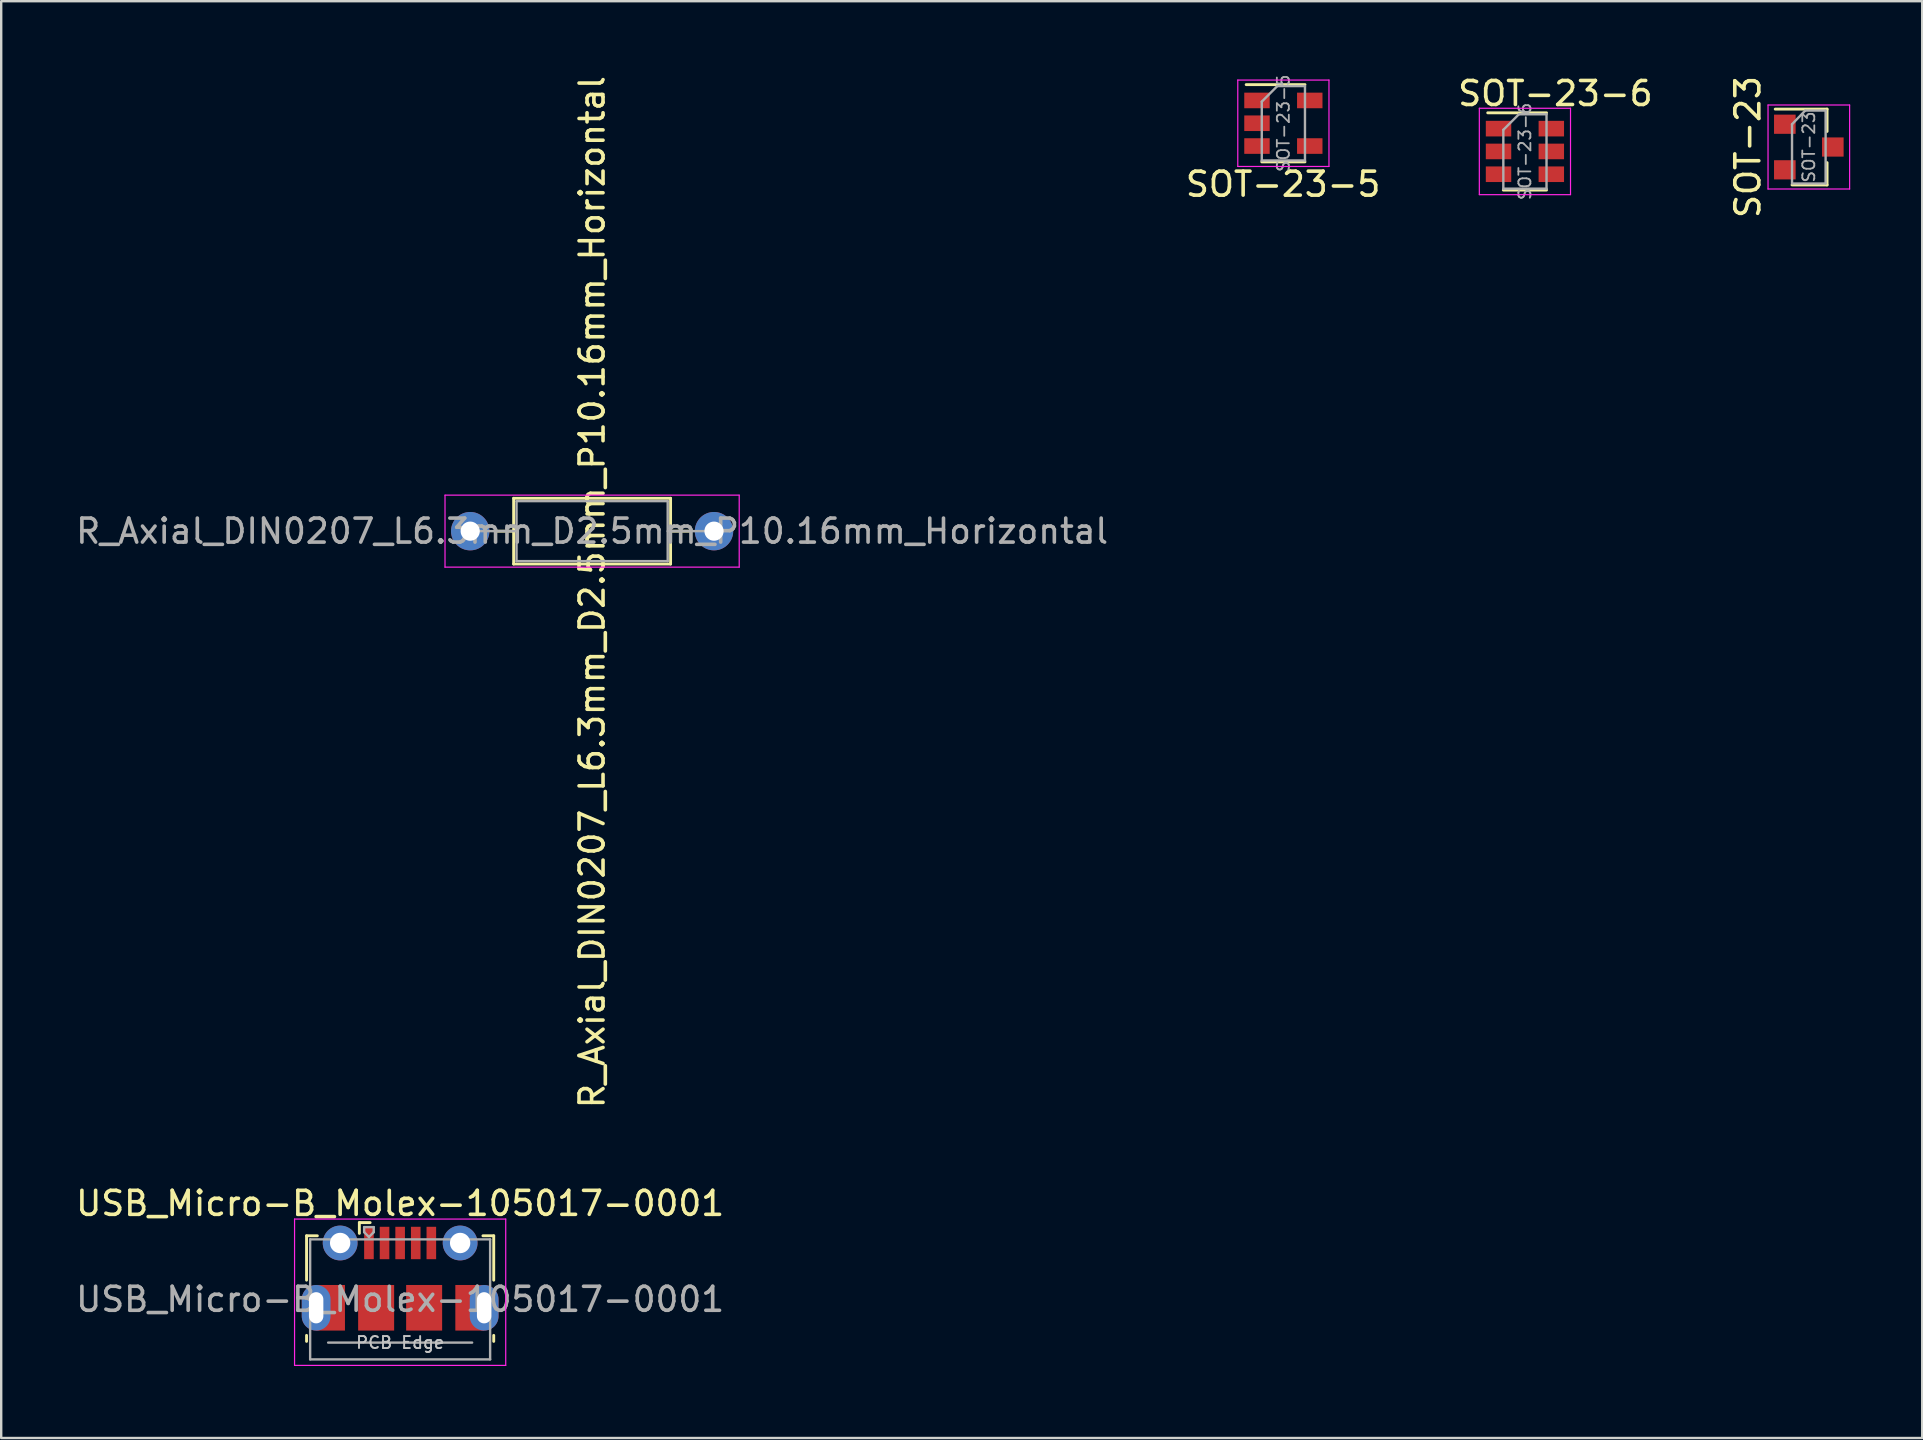
<source format=kicad_pcb>
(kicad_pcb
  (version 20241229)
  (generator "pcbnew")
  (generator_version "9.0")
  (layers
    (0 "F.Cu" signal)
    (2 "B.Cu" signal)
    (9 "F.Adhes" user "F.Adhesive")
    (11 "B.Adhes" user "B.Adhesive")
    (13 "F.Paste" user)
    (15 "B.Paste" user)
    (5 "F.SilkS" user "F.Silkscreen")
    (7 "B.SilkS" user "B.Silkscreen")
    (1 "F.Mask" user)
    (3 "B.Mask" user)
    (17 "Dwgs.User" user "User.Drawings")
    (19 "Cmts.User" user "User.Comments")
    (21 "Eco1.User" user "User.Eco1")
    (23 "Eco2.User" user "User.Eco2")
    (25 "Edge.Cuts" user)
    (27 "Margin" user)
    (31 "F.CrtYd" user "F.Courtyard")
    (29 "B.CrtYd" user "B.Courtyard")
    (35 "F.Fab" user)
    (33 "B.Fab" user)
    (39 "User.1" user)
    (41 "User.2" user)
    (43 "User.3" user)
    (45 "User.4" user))
  (footprint "SOT-23-6"
    (layer "F.Cu")
    (at 60.498 3.261)
    (property "Reference" "SOT-23-6" (at 1.27 -2.413 0) (layer "F.SilkS") (effects (font (size 1 1) (thickness 0.15))))
    (attr smd)
    (fp_line (start -0.9 1.61) (end 0.9 1.61) (stroke (width 0.12) (type solid)) (layer "F.SilkS"))
    (fp_line (start 0.9 -1.61) (end -1.55 -1.61) (stroke (width 0.12) (type solid)) (layer "F.SilkS"))
    (fp_line (start -1.9 -1.8) (end -1.9 1.8) (stroke (width 0.05) (type solid)) (layer "F.CrtYd"))
    (fp_line (start -1.9 1.8) (end 1.9 1.8) (stroke (width 0.05) (type solid)) (layer "F.CrtYd"))
    (fp_line (start 1.9 -1.8) (end -1.9 -1.8) (stroke (width 0.05) (type solid)) (layer "F.CrtYd"))
    (fp_line (start 1.9 1.8) (end 1.9 -1.8) (stroke (width 0.05) (type solid)) (layer "F.CrtYd"))
    (fp_line (start -0.9 -0.9) (end -0.9 1.55) (stroke (width 0.1) (type solid)) (layer "F.Fab"))
    (fp_line (start -0.9 -0.9) (end -0.25 -1.55) (stroke (width 0.1) (type solid)) (layer "F.Fab"))
    (fp_line (start 0.9 -1.55) (end -0.25 -1.55) (stroke (width 0.1) (type solid)) (layer "F.Fab"))
    (fp_line (start 0.9 -1.55) (end 0.9 1.55) (stroke (width 0.1) (type solid)) (layer "F.Fab"))
    (fp_line (start 0.9 1.55) (end -0.9 1.55) (stroke (width 0.1) (type solid)) (layer "F.Fab"))
    (fp_text user "${REFERENCE}" (at 0 0 90) (layer "F.Fab") (effects (font (size 0.5 0.5) (thickness 0.075))))
    (pad "1" smd rect (at -1.1 -0.95) (size 1.06 0.65) (layers "F.Cu" "F.Mask" "F.Paste"))
    (pad "2" smd rect (at -1.1 0) (size 1.06 0.65) (layers "F.Cu" "F.Mask" "F.Paste"))
    (pad "3" smd rect (at -1.1 0.95) (size 1.06 0.65) (layers "F.Cu" "F.Mask" "F.Paste"))
    (pad "4" smd rect (at 1.1 0.95) (size 1.06 0.65) (layers "F.Cu" "F.Mask" "F.Paste"))
    (pad "5" smd rect (at 1.1 0) (size 1.06 0.65) (layers "F.Cu" "F.Mask" "F.Paste"))
    (pad "6" smd rect (at 1.1 -0.95) (size 1.06 0.65) (layers "F.Cu" "F.Mask" "F.Paste")))
  (footprint "SOT-23"
    (layer "F.Cu")
    (at 72.329 3.077)
    (property "Reference" "SOT-23" (at -2.54 0 270) (layer "F.SilkS") (effects (font (size 1 1) (thickness 0.15))))
    (attr smd)
    (fp_line (start 0.76 -1.58) (end -1.4 -1.58) (stroke (width 0.12) (type solid)) (layer "F.SilkS"))
    (fp_line (start 0.76 -1.58) (end 0.76 -0.65) (stroke (width 0.12) (type solid)) (layer "F.SilkS"))
    (fp_line (start 0.76 1.58) (end -0.7 1.58) (stroke (width 0.12) (type solid)) (layer "F.SilkS"))
    (fp_line (start 0.76 1.58) (end 0.76 0.65) (stroke (width 0.12) (type solid)) (layer "F.SilkS"))
    (fp_line (start -1.7 -1.75) (end 1.7 -1.75) (stroke (width 0.05) (type solid)) (layer "F.CrtYd"))
    (fp_line (start -1.7 1.75) (end -1.7 -1.75) (stroke (width 0.05) (type solid)) (layer "F.CrtYd"))
    (fp_line (start 1.7 -1.75) (end 1.7 1.75) (stroke (width 0.05) (type solid)) (layer "F.CrtYd"))
    (fp_line (start 1.7 1.75) (end -1.7 1.75) (stroke (width 0.05) (type solid)) (layer "F.CrtYd"))
    (fp_line (start -0.7 -0.95) (end -0.7 1.5) (stroke (width 0.1) (type solid)) (layer "F.Fab"))
    (fp_line (start -0.7 -0.95) (end -0.15 -1.52) (stroke (width 0.1) (type solid)) (layer "F.Fab"))
    (fp_line (start -0.7 1.52) (end 0.7 1.52) (stroke (width 0.1) (type solid)) (layer "F.Fab"))
    (fp_line (start -0.15 -1.52) (end 0.7 -1.52) (stroke (width 0.1) (type solid)) (layer "F.Fab"))
    (fp_line (start 0.7 -1.52) (end 0.7 1.52) (stroke (width 0.1) (type solid)) (layer "F.Fab"))
    (fp_text user "${REFERENCE}" (at 0 0 90) (layer "F.Fab") (effects (font (size 0.5 0.5) (thickness 0.075))))
    (pad "1" smd rect (at -1 -0.95) (size 0.9 0.8) (layers "F.Cu" "F.Mask" "F.Paste"))
    (pad "2" smd rect (at -1 0.95) (size 0.9 0.8) (layers "F.Cu" "F.Mask" "F.Paste"))
    (pad "3" smd rect (at 1 0) (size 0.9 0.8) (layers "F.Cu" "F.Mask" "F.Paste")))
  (footprint "SOT-23-5"
    (layer "F.Cu")
    (at 50.432 2.086)
    (property "Reference" "SOT-23-5" (at -0.01 2.54 0) (layer "F.SilkS") (effects (font (size 1 1) (thickness 0.15))))
    (attr smd)
    (fp_line (start -0.9 1.61) (end 0.9 1.61) (stroke (width 0.12) (type solid)) (layer "F.SilkS"))
    (fp_line (start 0.9 -1.61) (end -1.55 -1.61) (stroke (width 0.12) (type solid)) (layer "F.SilkS"))
    (fp_line (start -1.9 -1.8) (end 1.9 -1.8) (stroke (width 0.05) (type solid)) (layer "F.CrtYd"))
    (fp_line (start -1.9 1.8) (end -1.9 -1.8) (stroke (width 0.05) (type solid)) (layer "F.CrtYd"))
    (fp_line (start 1.9 -1.8) (end 1.9 1.8) (stroke (width 0.05) (type solid)) (layer "F.CrtYd"))
    (fp_line (start 1.9 1.8) (end -1.9 1.8) (stroke (width 0.05) (type solid)) (layer "F.CrtYd"))
    (fp_line (start -0.9 -0.9) (end -0.9 1.55) (stroke (width 0.1) (type solid)) (layer "F.Fab"))
    (fp_line (start -0.9 -0.9) (end -0.25 -1.55) (stroke (width 0.1) (type solid)) (layer "F.Fab"))
    (fp_line (start 0.9 -1.55) (end -0.25 -1.55) (stroke (width 0.1) (type solid)) (layer "F.Fab"))
    (fp_line (start 0.9 -1.55) (end 0.9 1.55) (stroke (width 0.1) (type solid)) (layer "F.Fab"))
    (fp_line (start 0.9 1.55) (end -0.9 1.55) (stroke (width 0.1) (type solid)) (layer "F.Fab"))
    (fp_text user "${REFERENCE}" (at 0 0 90) (layer "F.Fab") (effects (font (size 0.5 0.5) (thickness 0.075))))
    (pad "1" smd rect (at -1.1 -0.95) (size 1.06 0.65) (layers "F.Cu" "F.Mask" "F.Paste"))
    (pad "2" smd rect (at -1.1 0) (size 1.06 0.65) (layers "F.Cu" "F.Mask" "F.Paste"))
    (pad "3" smd rect (at -1.1 0.95) (size 1.06 0.65) (layers "F.Cu" "F.Mask" "F.Paste"))
    (pad "4" smd rect (at 1.1 0.95) (size 1.06 0.65) (layers "F.Cu" "F.Mask" "F.Paste"))
    (pad "5" smd rect (at 1.1 -0.95) (size 1.06 0.65) (layers "F.Cu" "F.Mask" "F.Paste")))
  (footprint "USB_Micro-B_Molex-105017-0001"
    (layer "F.Cu")
    (at 13.625 50.211)
    (property "Reference" "USB_Micro-B_Molex-105017-0001" (at 0 -3.112 0) (layer "F.SilkS") (effects (font (size 1 1) (thickness 0.15))))
    (attr smd)
    (fp_line (start -3.9 -1.762) (end -3.45 -1.762) (stroke (width 0.12) (type solid)) (layer "F.SilkS"))
    (fp_line (start -3.9 0.087) (end -3.9 -1.762) (stroke (width 0.12) (type solid)) (layer "F.SilkS"))
    (fp_line (start -3.9 2.638) (end -3.9 2.388) (stroke (width 0.12) (type solid)) (layer "F.SilkS"))
    (fp_line (start -1.7 -2.312) (end -1.7 -1.863) (stroke (width 0.12) (type solid)) (layer "F.SilkS"))
    (fp_line (start -1.7 -2.312) (end -1.25 -2.312) (stroke (width 0.12) (type solid)) (layer "F.SilkS"))
    (fp_line (start 3.9 -1.762) (end 3.45 -1.762) (stroke (width 0.12) (type solid)) (layer "F.SilkS"))
    (fp_line (start 3.9 0.087) (end 3.9 -1.762) (stroke (width 0.12) (type solid)) (layer "F.SilkS"))
    (fp_line (start 3.9 2.638) (end 3.9 2.388) (stroke (width 0.12) (type solid)) (layer "F.SilkS"))
    (fp_line (start -4.4 -2.46) (end 4.4 -2.46) (stroke (width 0.05) (type solid)) (layer "F.CrtYd"))
    (fp_line (start -4.4 3.64) (end -4.4 -2.46) (stroke (width 0.05) (type solid)) (layer "F.CrtYd"))
    (fp_line (start -4.4 3.64) (end 4.4 3.64) (stroke (width 0.05) (type solid)) (layer "F.CrtYd"))
    (fp_line (start 4.4 -2.46) (end 4.4 3.64) (stroke (width 0.05) (type solid)) (layer "F.CrtYd"))
    (fp_line (start -3.75 -1.613) (end 3.75 -1.613) (stroke (width 0.1) (type solid)) (layer "F.Fab"))
    (fp_line (start -3.75 3.388) (end -3.75 -1.613) (stroke (width 0.1) (type solid)) (layer "F.Fab"))
    (fp_line (start -3.75 3.389) (end 3.75 3.389) (stroke (width 0.1) (type solid)) (layer "F.Fab"))
    (fp_line (start -3 2.689) (end 3 2.689) (stroke (width 0.1) (type solid)) (layer "F.Fab"))
    (fp_line (start -1.5 -2.123) (end -1.5 -1.913) (stroke (width 0.1) (type solid)) (layer "F.Fab"))
    (fp_line (start -1.5 -2.123) (end -1.1 -2.123) (stroke (width 0.1) (type solid)) (layer "F.Fab"))
    (fp_line (start -1.3 -1.712) (end -1.5 -1.913) (stroke (width 0.1) (type solid)) (layer "F.Fab"))
    (fp_line (start -1.1 -2.123) (end -1.1 -1.913) (stroke (width 0.1) (type solid)) (layer "F.Fab"))
    (fp_line (start -1.1 -1.913) (end -1.3 -1.712) (stroke (width 0.1) (type solid)) (layer "F.Fab"))
    (fp_line (start 3.75 3.388) (end 3.75 -1.613) (stroke (width 0.1) (type solid)) (layer "F.Fab"))
    (fp_text user "PCB Edge" (at 0 2.688 0) (layer "Dwgs.User") (effects (font (size 0.5 0.5) (thickness 0.08))))
    (fp_text user "${REFERENCE}" (at 0 0.887 0) (layer "F.Fab") (effects (font (size 1 1) (thickness 0.15))))
    (pad "1" smd rect (at -1.3 -1.462) (size 0.4 1.35) (layers "F.Cu" "F.Mask" "F.Paste"))
    (pad "2" smd rect (at -0.65 -1.462) (size 0.4 1.35) (layers "F.Cu" "F.Mask" "F.Paste"))
    (pad "3" smd rect (at 0 -1.462) (size 0.4 1.35) (layers "F.Cu" "F.Mask" "F.Paste"))
    (pad "4" smd rect (at 0.65 -1.462) (size 0.4 1.35) (layers "F.Cu" "F.Mask" "F.Paste"))
    (pad "5" smd rect (at 1.3 -1.462) (size 0.4 1.35) (layers "F.Cu" "F.Mask" "F.Paste"))
    (pad "6" thru_hole oval (at -3.5 1.238 180) (size 1.2 1.9) (drill oval 0.6 1.3) (layers "*.Cu" "*.Mask"))
    (pad "6" smd rect (at -2.9 1.238) (size 1.2 1.9) (layers "F.Cu" "F.Mask"))
    (pad "6" thru_hole circle (at -2.5 -1.462) (size 1.45 1.45) (drill 0.85) (layers "*.Cu" "*.Mask"))
    (pad "6" smd rect (at -1 1.238) (size 1.5 1.9) (layers "F.Cu" "F.Mask" "F.Paste"))
    (pad "6" smd rect (at 1 1.238) (size 1.5 1.9) (layers "F.Cu" "F.Mask" "F.Paste"))
    (pad "6" thru_hole circle (at 2.5 -1.462) (size 1.45 1.45) (drill 0.85) (layers "*.Cu" "*.Mask"))
    (pad "6" smd rect (at 2.9 1.238) (size 1.2 1.9) (layers "F.Cu" "F.Mask"))
    (pad "6" thru_hole oval (at 3.5 1.238) (size 1.2 1.9) (drill oval 0.6 1.3) (layers "*.Cu" "*.Mask")))
  (footprint "R_Axial_DIN0207_L6.3mm_D2.5mm_P10.16mm_Horizontal"
    (layer "F.Cu")
    (at 16.545 19.085)
    (property "Reference" "R_Axial_DIN0207_L6.3mm_D2.5mm_P10.16mm_Horizontal" (at 5.08 2.54 270) (layer "F.SilkS") (effects (font (size 1 1) (thickness 0.15))))
    (attr through_hole)
    (fp_line (start 1.04 0) (end 1.81 0) (stroke (width 0.12) (type solid)) (layer "F.SilkS"))
    (fp_line (start 1.81 -1.37) (end 1.81 1.37) (stroke (width 0.12) (type solid)) (layer "F.SilkS"))
    (fp_line (start 1.81 1.37) (end 8.35 1.37) (stroke (width 0.12) (type solid)) (layer "F.SilkS"))
    (fp_line (start 8.35 -1.37) (end 1.81 -1.37) (stroke (width 0.12) (type solid)) (layer "F.SilkS"))
    (fp_line (start 8.35 1.37) (end 8.35 -1.37) (stroke (width 0.12) (type solid)) (layer "F.SilkS"))
    (fp_line (start 9.12 0) (end 8.35 0) (stroke (width 0.12) (type solid)) (layer "F.SilkS"))
    (fp_line (start -1.05 -1.5) (end -1.05 1.5) (stroke (width 0.05) (type solid)) (layer "F.CrtYd"))
    (fp_line (start -1.05 1.5) (end 11.21 1.5) (stroke (width 0.05) (type solid)) (layer "F.CrtYd"))
    (fp_line (start 11.21 -1.5) (end -1.05 -1.5) (stroke (width 0.05) (type solid)) (layer "F.CrtYd"))
    (fp_line (start 11.21 1.5) (end 11.21 -1.5) (stroke (width 0.05) (type solid)) (layer "F.CrtYd"))
    (fp_line (start 0 0) (end 1.93 0) (stroke (width 0.1) (type solid)) (layer "F.Fab"))
    (fp_line (start 1.93 -1.25) (end 1.93 1.25) (stroke (width 0.1) (type solid)) (layer "F.Fab"))
    (fp_line (start 1.93 1.25) (end 8.23 1.25) (stroke (width 0.1) (type solid)) (layer "F.Fab"))
    (fp_line (start 8.23 -1.25) (end 1.93 -1.25) (stroke (width 0.1) (type solid)) (layer "F.Fab"))
    (fp_line (start 8.23 1.25) (end 8.23 -1.25) (stroke (width 0.1) (type solid)) (layer "F.Fab"))
    (fp_line (start 10.16 0) (end 8.23 0) (stroke (width 0.1) (type solid)) (layer "F.Fab"))
    (fp_text user "${REFERENCE}" (at 5.08 0 0) (layer "F.Fab") (effects (font (size 1 1) (thickness 0.15))))
    (pad "1" thru_hole circle (at 0 0) (size 1.6 1.6) (drill 0.8) (layers "*.Cu" "*.Mask"))
    (pad "2" thru_hole oval (at 10.16 0) (size 1.6 1.6) (drill 0.8) (layers "*.Cu" "*.Mask")))
  (gr_rect
    (start -3 -3)
    (end 77.054 56.876)
    (stroke (width 0.1) (type default))
    (fill no)
    (layer "Edge.Cuts")))
</source>
